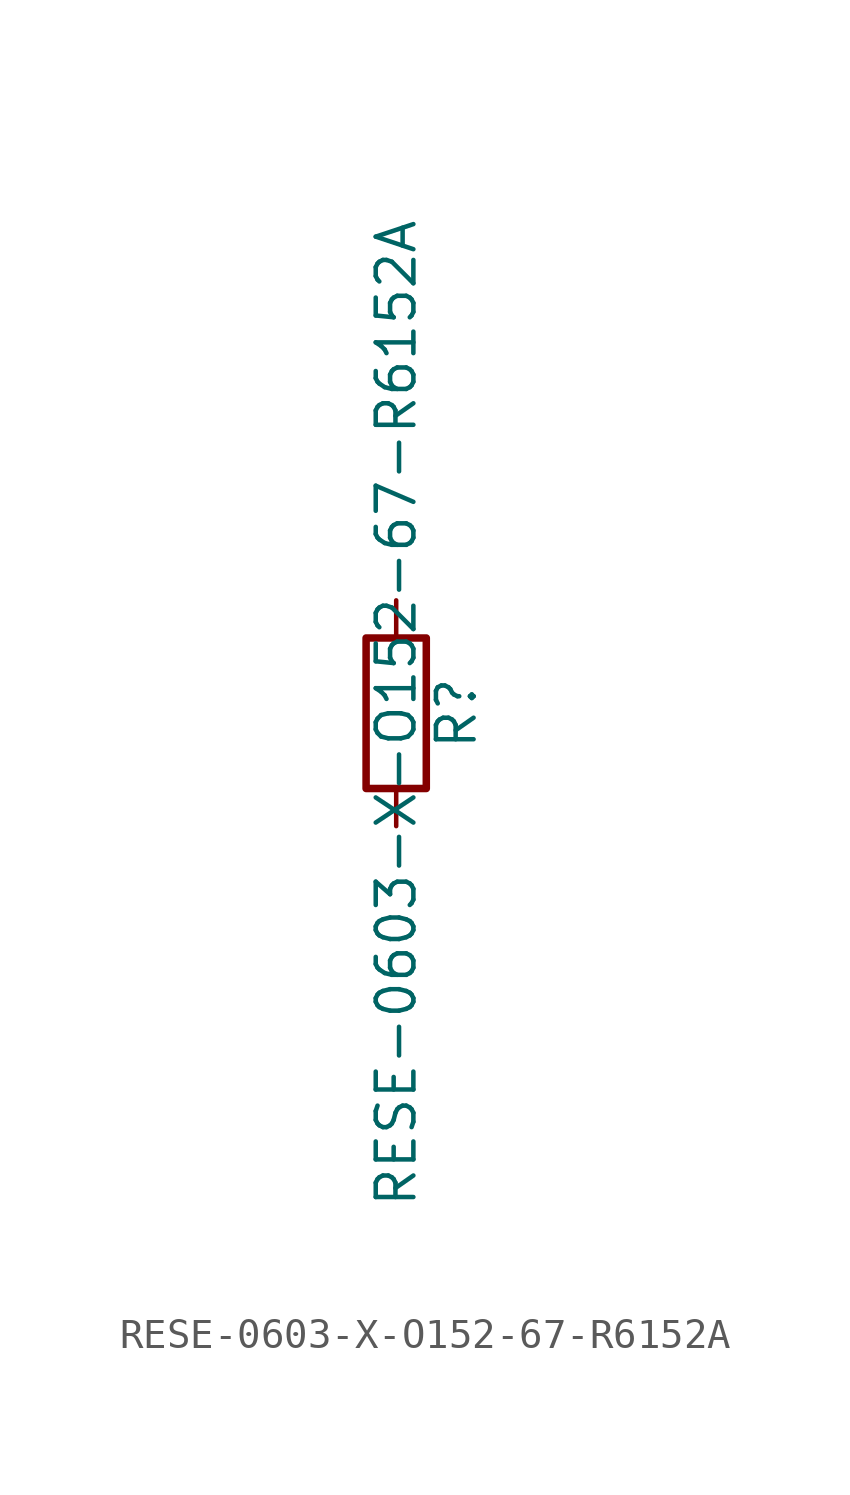
<source format=kicad_sym>
(kicad_symbol_lib
  (version 20211014)
  (generator kicad_symbol_editor)
  (symbol "RESE-0603-X-O152-67-R6152A"
    (pin_numbers hide)
    (pin_names
      (offset 0))
    (property "Reference" "R"
      (at 2.032 0 90)
      (effects (font (size 1.27 1.27))))
    (property "Value" "RESE-0603-X-O152-67-R6152A"
      (at 0 0 90)
      (effects (font (size 1.27 1.27))))
    (symbol "RESE-0603-X-O152-67-R6152A_0_1"
      (rectangle (start -1.016 -2.54) (end 1.016 2.54) (stroke (width 0.254) (type default) (color 0 0 0 0)) (fill (type none))))
    (symbol "RESE-0603-X-O152-67-R6152A_1_1"
      (pin passive line (at 0 3.81 270) (length 1.27) (name "~" (effects (font (size 1.27 1.27)))) (number "1" (effects (font (size 1.27 1.27)))))
      (pin passive line (at 0 -3.81 90) (length 1.27) (name "~" (effects (font (size 1.27 1.27)))) (number "2" (effects (font (size 1.27 1.27))))))))
</source>
